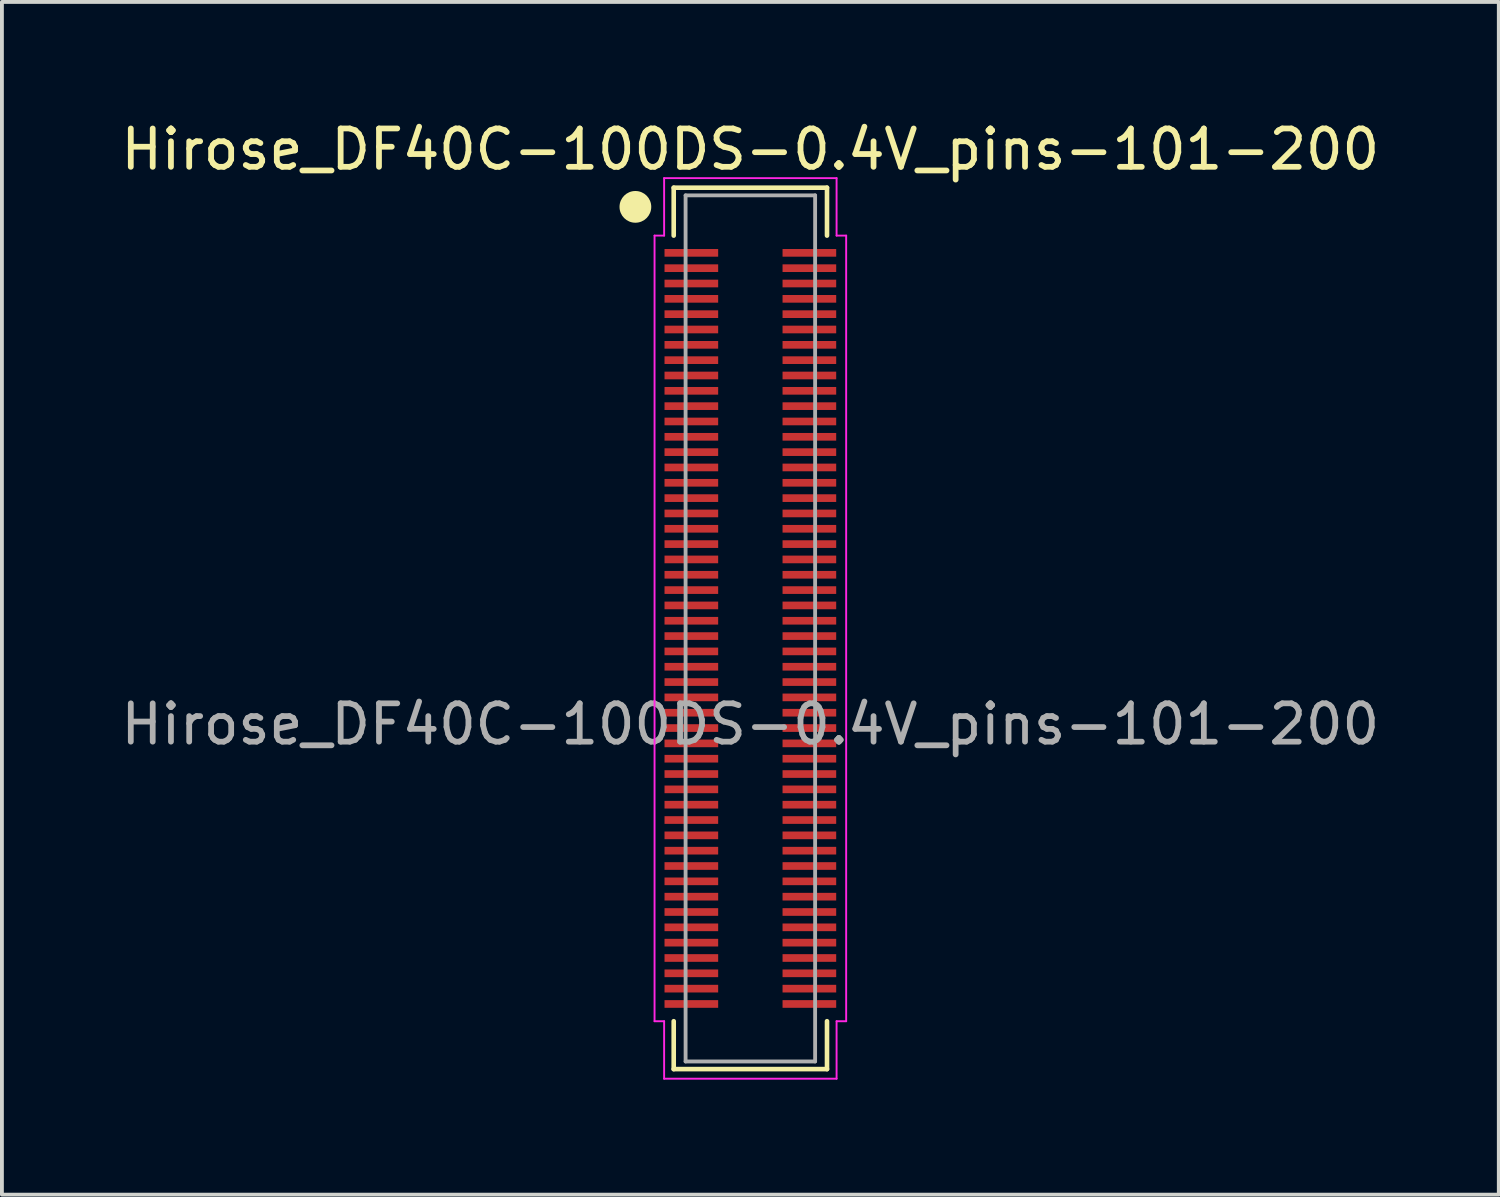
<source format=kicad_pcb>
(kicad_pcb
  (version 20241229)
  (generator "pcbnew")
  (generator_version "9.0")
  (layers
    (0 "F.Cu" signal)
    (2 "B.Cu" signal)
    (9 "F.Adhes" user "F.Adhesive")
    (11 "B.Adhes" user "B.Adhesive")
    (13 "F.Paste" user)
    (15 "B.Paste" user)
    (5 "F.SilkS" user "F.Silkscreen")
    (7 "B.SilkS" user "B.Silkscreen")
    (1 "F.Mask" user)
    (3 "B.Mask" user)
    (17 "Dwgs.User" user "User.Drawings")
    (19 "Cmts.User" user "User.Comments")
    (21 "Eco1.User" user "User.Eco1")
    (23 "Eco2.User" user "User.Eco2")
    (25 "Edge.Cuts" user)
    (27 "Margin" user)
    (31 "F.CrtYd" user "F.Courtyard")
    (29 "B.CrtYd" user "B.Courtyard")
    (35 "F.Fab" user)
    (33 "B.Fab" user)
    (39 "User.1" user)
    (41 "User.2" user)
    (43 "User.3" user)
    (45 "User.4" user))
  (footprint "Hirose_DF40C-100DS-0.4V_pins-101-200"
    (layer "F.Cu")
    (at 16.53 13.348)
    (property "Reference" "Hirose_DF40C-100DS-0.4V_pins-101-200" (at 0 -12.5 0) (unlocked yes) (layer "F.SilkS") (effects (font (size 1 1) (thickness 0.15))))
    (attr smd)
    (fp_line (start -2 -11.5) (end 2 -11.5) (stroke (width 0.12) (type default)) (layer "F.SilkS"))
    (fp_line (start -2 -10.25) (end -2 -11.5) (stroke (width 0.12) (type default)) (layer "F.SilkS"))
    (fp_line (start -2 10.25) (end -2 11.5) (stroke (width 0.12) (type default)) (layer "F.SilkS"))
    (fp_line (start -2 11.5) (end 2 11.5) (stroke (width 0.12) (type default)) (layer "F.SilkS"))
    (fp_line (start 2 -11.5) (end 2 -10.25) (stroke (width 0.12) (type default)) (layer "F.SilkS"))
    (fp_line (start 2 11.5) (end 2 10.25) (stroke (width 0.12) (type default)) (layer "F.SilkS"))
    (fp_circle (center -3 -11) (end -2.646 -11) (stroke (width 0.12) (type solid)) (fill yes) (layer "F.SilkS"))
    (fp_line (start -2.5 -10.25) (end -2.25 -10.25) (stroke (width 0.05) (type default)) (layer "F.CrtYd"))
    (fp_line (start -2.5 10.25) (end -2.5 -10.25) (stroke (width 0.05) (type default)) (layer "F.CrtYd"))
    (fp_line (start -2.25 -11.75) (end 2.25 -11.75) (stroke (width 0.05) (type default)) (layer "F.CrtYd"))
    (fp_line (start -2.25 -10.25) (end -2.25 -11.75) (stroke (width 0.05) (type default)) (layer "F.CrtYd"))
    (fp_line (start -2.25 10.25) (end -2.5 10.25) (stroke (width 0.05) (type default)) (layer "F.CrtYd"))
    (fp_line (start -2.25 11.75) (end -2.25 10.25) (stroke (width 0.05) (type default)) (layer "F.CrtYd"))
    (fp_line (start 2.25 -11.75) (end 2.25 -10.25) (stroke (width 0.05) (type default)) (layer "F.CrtYd"))
    (fp_line (start 2.25 -10.25) (end 2.5 -10.25) (stroke (width 0.05) (type default)) (layer "F.CrtYd"))
    (fp_line (start 2.25 10.25) (end 2.25 11.75) (stroke (width 0.05) (type default)) (layer "F.CrtYd"))
    (fp_line (start 2.25 11.75) (end -2.25 11.75) (stroke (width 0.05) (type default)) (layer "F.CrtYd"))
    (fp_line (start 2.5 -10.25) (end 2.5 10.25) (stroke (width 0.05) (type default)) (layer "F.CrtYd"))
    (fp_line (start 2.5 10.25) (end 2.25 10.25) (stroke (width 0.05) (type default)) (layer "F.CrtYd"))
    (fp_line (start -1.69 -11.3) (end -1.69 11.3) (stroke (width 0.1) (type default)) (layer "F.Fab"))
    (fp_line (start -1.69 -11.3) (end 1.69 -11.3) (stroke (width 0.1) (type default)) (layer "F.Fab"))
    (fp_line (start -1.69 11.3) (end 1.69 11.3) (stroke (width 0.1) (type default)) (layer "F.Fab"))
    (fp_line (start 1.69 11.3) (end 1.69 -11.3) (stroke (width 0.1) (type default)) (layer "F.Fab"))
    (fp_text user "${REFERENCE}" (at 0 2.5 0) (unlocked yes) (layer "F.Fab") (effects (font (size 1 1) (thickness 0.15))))
    (pad "101" smd rect (at -1.54 -9.8) (size 1.4 0.2) (layers "F.Cu" "F.Mask" "F.Paste"))
    (pad "102" smd rect (at 1.54 -9.8) (size 1.4 0.2) (layers "F.Cu" "F.Mask" "F.Paste"))
    (pad "103" smd rect (at -1.54 -9.4) (size 1.4 0.2) (layers "F.Cu" "F.Mask" "F.Paste"))
    (pad "104" smd rect (at 1.54 -9.4) (size 1.4 0.2) (layers "F.Cu" "F.Mask" "F.Paste"))
    (pad "105" smd rect (at -1.54 -9) (size 1.4 0.2) (layers "F.Cu" "F.Mask" "F.Paste"))
    (pad "106" smd rect (at 1.54 -9) (size 1.4 0.2) (layers "F.Cu" "F.Mask" "F.Paste"))
    (pad "107" smd rect (at -1.54 -8.6) (size 1.4 0.2) (layers "F.Cu" "F.Mask" "F.Paste"))
    (pad "108" smd rect (at 1.54 -8.6) (size 1.4 0.2) (layers "F.Cu" "F.Mask" "F.Paste"))
    (pad "109" smd rect (at -1.54 -8.2) (size 1.4 0.2) (layers "F.Cu" "F.Mask" "F.Paste"))
    (pad "110" smd rect (at 1.54 -8.2) (size 1.4 0.2) (layers "F.Cu" "F.Mask" "F.Paste"))
    (pad "111" smd rect (at -1.54 -7.8) (size 1.4 0.2) (layers "F.Cu" "F.Mask" "F.Paste"))
    (pad "112" smd rect (at 1.54 -7.8) (size 1.4 0.2) (layers "F.Cu" "F.Mask" "F.Paste"))
    (pad "113" smd rect (at -1.54 -7.4) (size 1.4 0.2) (layers "F.Cu" "F.Mask" "F.Paste"))
    (pad "114" smd rect (at 1.54 -7.4) (size 1.4 0.2) (layers "F.Cu" "F.Mask" "F.Paste"))
    (pad "115" smd rect (at -1.54 -7) (size 1.4 0.2) (layers "F.Cu" "F.Mask" "F.Paste"))
    (pad "116" smd rect (at 1.54 -7) (size 1.4 0.2) (layers "F.Cu" "F.Mask" "F.Paste"))
    (pad "117" smd rect (at -1.54 -6.6) (size 1.4 0.2) (layers "F.Cu" "F.Mask" "F.Paste"))
    (pad "118" smd rect (at 1.54 -6.6) (size 1.4 0.2) (layers "F.Cu" "F.Mask" "F.Paste"))
    (pad "119" smd rect (at -1.54 -6.2) (size 1.4 0.2) (layers "F.Cu" "F.Mask" "F.Paste"))
    (pad "120" smd rect (at 1.54 -6.2) (size 1.4 0.2) (layers "F.Cu" "F.Mask" "F.Paste"))
    (pad "121" smd rect (at -1.54 -5.8) (size 1.4 0.2) (layers "F.Cu" "F.Mask" "F.Paste"))
    (pad "122" smd rect (at 1.54 -5.8) (size 1.4 0.2) (layers "F.Cu" "F.Mask" "F.Paste"))
    (pad "123" smd rect (at -1.54 -5.4) (size 1.4 0.2) (layers "F.Cu" "F.Mask" "F.Paste"))
    (pad "124" smd rect (at 1.54 -5.4) (size 1.4 0.2) (layers "F.Cu" "F.Mask" "F.Paste"))
    (pad "125" smd rect (at -1.54 -5) (size 1.4 0.2) (layers "F.Cu" "F.Mask" "F.Paste"))
    (pad "126" smd rect (at 1.54 -5) (size 1.4 0.2) (layers "F.Cu" "F.Mask" "F.Paste"))
    (pad "127" smd rect (at -1.54 -4.6) (size 1.4 0.2) (layers "F.Cu" "F.Mask" "F.Paste"))
    (pad "128" smd rect (at 1.54 -4.6) (size 1.4 0.2) (layers "F.Cu" "F.Mask" "F.Paste"))
    (pad "129" smd rect (at -1.54 -4.2) (size 1.4 0.2) (layers "F.Cu" "F.Mask" "F.Paste"))
    (pad "130" smd rect (at 1.54 -4.2) (size 1.4 0.2) (layers "F.Cu" "F.Mask" "F.Paste"))
    (pad "131" smd rect (at -1.54 -3.8) (size 1.4 0.2) (layers "F.Cu" "F.Mask" "F.Paste"))
    (pad "132" smd rect (at 1.54 -3.8) (size 1.4 0.2) (layers "F.Cu" "F.Mask" "F.Paste"))
    (pad "133" smd rect (at -1.54 -3.4) (size 1.4 0.2) (layers "F.Cu" "F.Mask" "F.Paste"))
    (pad "134" smd rect (at 1.54 -3.4) (size 1.4 0.2) (layers "F.Cu" "F.Mask" "F.Paste"))
    (pad "135" smd rect (at -1.54 -3) (size 1.4 0.2) (layers "F.Cu" "F.Mask" "F.Paste"))
    (pad "136" smd rect (at 1.54 -3) (size 1.4 0.2) (layers "F.Cu" "F.Mask" "F.Paste"))
    (pad "137" smd rect (at -1.54 -2.6) (size 1.4 0.2) (layers "F.Cu" "F.Mask" "F.Paste"))
    (pad "138" smd rect (at 1.54 -2.6) (size 1.4 0.2) (layers "F.Cu" "F.Mask" "F.Paste"))
    (pad "139" smd rect (at -1.54 -2.2) (size 1.4 0.2) (layers "F.Cu" "F.Mask" "F.Paste"))
    (pad "140" smd rect (at 1.54 -2.2) (size 1.4 0.2) (layers "F.Cu" "F.Mask" "F.Paste"))
    (pad "141" smd rect (at -1.54 -1.8) (size 1.4 0.2) (layers "F.Cu" "F.Mask" "F.Paste"))
    (pad "142" smd rect (at 1.54 -1.8) (size 1.4 0.2) (layers "F.Cu" "F.Mask" "F.Paste"))
    (pad "143" smd rect (at -1.54 -1.4) (size 1.4 0.2) (layers "F.Cu" "F.Mask" "F.Paste"))
    (pad "144" smd rect (at 1.54 -1.4) (size 1.4 0.2) (layers "F.Cu" "F.Mask" "F.Paste"))
    (pad "145" smd rect (at -1.54 -1) (size 1.4 0.2) (layers "F.Cu" "F.Mask" "F.Paste"))
    (pad "146" smd rect (at 1.54 -1) (size 1.4 0.2) (layers "F.Cu" "F.Mask" "F.Paste"))
    (pad "147" smd rect (at -1.54 -0.6) (size 1.4 0.2) (layers "F.Cu" "F.Mask" "F.Paste"))
    (pad "148" smd rect (at 1.54 -0.6) (size 1.4 0.2) (layers "F.Cu" "F.Mask" "F.Paste"))
    (pad "149" smd rect (at -1.54 -0.2) (size 1.4 0.2) (layers "F.Cu" "F.Mask" "F.Paste"))
    (pad "150" smd rect (at 1.54 -0.2) (size 1.4 0.2) (layers "F.Cu" "F.Mask" "F.Paste"))
    (pad "151" smd rect (at -1.54 0.2) (size 1.4 0.2) (layers "F.Cu" "F.Mask" "F.Paste"))
    (pad "152" smd rect (at 1.54 0.2) (size 1.4 0.2) (layers "F.Cu" "F.Mask" "F.Paste"))
    (pad "153" smd rect (at -1.54 0.6) (size 1.4 0.2) (layers "F.Cu" "F.Mask" "F.Paste"))
    (pad "154" smd rect (at 1.54 0.6) (size 1.4 0.2) (layers "F.Cu" "F.Mask" "F.Paste"))
    (pad "155" smd rect (at -1.54 1) (size 1.4 0.2) (layers "F.Cu" "F.Mask" "F.Paste"))
    (pad "156" smd rect (at 1.54 1) (size 1.4 0.2) (layers "F.Cu" "F.Mask" "F.Paste"))
    (pad "157" smd rect (at -1.54 1.4) (size 1.4 0.2) (layers "F.Cu" "F.Mask" "F.Paste"))
    (pad "158" smd rect (at 1.54 1.4) (size 1.4 0.2) (layers "F.Cu" "F.Mask" "F.Paste"))
    (pad "159" smd rect (at -1.54 1.8) (size 1.4 0.2) (layers "F.Cu" "F.Mask" "F.Paste"))
    (pad "160" smd rect (at 1.54 1.8) (size 1.4 0.2) (layers "F.Cu" "F.Mask" "F.Paste"))
    (pad "161" smd rect (at -1.54 2.2) (size 1.4 0.2) (layers "F.Cu" "F.Mask" "F.Paste"))
    (pad "162" smd rect (at 1.54 2.2) (size 1.4 0.2) (layers "F.Cu" "F.Mask" "F.Paste"))
    (pad "163" smd rect (at -1.54 2.6) (size 1.4 0.2) (layers "F.Cu" "F.Mask" "F.Paste"))
    (pad "164" smd rect (at 1.54 2.6) (size 1.4 0.2) (layers "F.Cu" "F.Mask" "F.Paste"))
    (pad "165" smd rect (at -1.54 3) (size 1.4 0.2) (layers "F.Cu" "F.Mask" "F.Paste"))
    (pad "166" smd rect (at 1.54 3) (size 1.4 0.2) (layers "F.Cu" "F.Mask" "F.Paste"))
    (pad "167" smd rect (at -1.54 3.4) (size 1.4 0.2) (layers "F.Cu" "F.Mask" "F.Paste"))
    (pad "168" smd rect (at 1.54 3.4) (size 1.4 0.2) (layers "F.Cu" "F.Mask" "F.Paste"))
    (pad "169" smd rect (at -1.54 3.8) (size 1.4 0.2) (layers "F.Cu" "F.Mask" "F.Paste"))
    (pad "170" smd rect (at 1.54 3.8) (size 1.4 0.2) (layers "F.Cu" "F.Mask" "F.Paste"))
    (pad "171" smd rect (at -1.54 4.2) (size 1.4 0.2) (layers "F.Cu" "F.Mask" "F.Paste"))
    (pad "172" smd rect (at 1.54 4.2) (size 1.4 0.2) (layers "F.Cu" "F.Mask" "F.Paste"))
    (pad "173" smd rect (at -1.54 4.6) (size 1.4 0.2) (layers "F.Cu" "F.Mask" "F.Paste"))
    (pad "174" smd rect (at 1.54 4.6) (size 1.4 0.2) (layers "F.Cu" "F.Mask" "F.Paste"))
    (pad "175" smd rect (at -1.54 5) (size 1.4 0.2) (layers "F.Cu" "F.Mask" "F.Paste"))
    (pad "176" smd rect (at 1.54 5) (size 1.4 0.2) (layers "F.Cu" "F.Mask" "F.Paste"))
    (pad "177" smd rect (at -1.54 5.4) (size 1.4 0.2) (layers "F.Cu" "F.Mask" "F.Paste"))
    (pad "178" smd rect (at 1.54 5.4) (size 1.4 0.2) (layers "F.Cu" "F.Mask" "F.Paste"))
    (pad "179" smd rect (at -1.54 5.8) (size 1.4 0.2) (layers "F.Cu" "F.Mask" "F.Paste"))
    (pad "180" smd rect (at 1.54 5.8) (size 1.4 0.2) (layers "F.Cu" "F.Mask" "F.Paste"))
    (pad "181" smd rect (at -1.54 6.2) (size 1.4 0.2) (layers "F.Cu" "F.Mask" "F.Paste"))
    (pad "182" smd rect (at 1.54 6.2) (size 1.4 0.2) (layers "F.Cu" "F.Mask" "F.Paste"))
    (pad "183" smd rect (at -1.54 6.6) (size 1.4 0.2) (layers "F.Cu" "F.Mask" "F.Paste"))
    (pad "184" smd rect (at 1.54 6.6) (size 1.4 0.2) (layers "F.Cu" "F.Mask" "F.Paste"))
    (pad "185" smd rect (at -1.54 7) (size 1.4 0.2) (layers "F.Cu" "F.Mask" "F.Paste"))
    (pad "186" smd rect (at 1.54 7) (size 1.4 0.2) (layers "F.Cu" "F.Mask" "F.Paste"))
    (pad "187" smd rect (at -1.54 7.4) (size 1.4 0.2) (layers "F.Cu" "F.Mask" "F.Paste"))
    (pad "188" smd rect (at 1.54 7.4) (size 1.4 0.2) (layers "F.Cu" "F.Mask" "F.Paste"))
    (pad "189" smd rect (at -1.54 7.8) (size 1.4 0.2) (layers "F.Cu" "F.Mask" "F.Paste"))
    (pad "190" smd rect (at 1.54 7.8) (size 1.4 0.2) (layers "F.Cu" "F.Mask" "F.Paste"))
    (pad "191" smd rect (at -1.54 8.2) (size 1.4 0.2) (layers "F.Cu" "F.Mask" "F.Paste"))
    (pad "192" smd rect (at 1.54 8.2) (size 1.4 0.2) (layers "F.Cu" "F.Mask" "F.Paste"))
    (pad "193" smd rect (at -1.54 8.6) (size 1.4 0.2) (layers "F.Cu" "F.Mask" "F.Paste"))
    (pad "194" smd rect (at 1.54 8.6) (size 1.4 0.2) (layers "F.Cu" "F.Mask" "F.Paste"))
    (pad "195" smd rect (at -1.54 9) (size 1.4 0.2) (layers "F.Cu" "F.Mask" "F.Paste"))
    (pad "196" smd rect (at 1.54 9) (size 1.4 0.2) (layers "F.Cu" "F.Mask" "F.Paste"))
    (pad "197" smd rect (at -1.54 9.4) (size 1.4 0.2) (layers "F.Cu" "F.Mask" "F.Paste"))
    (pad "198" smd rect (at 1.54 9.4) (size 1.4 0.2) (layers "F.Cu" "F.Mask" "F.Paste"))
    (pad "199" smd rect (at -1.54 9.8) (size 1.4 0.2) (layers "F.Cu" "F.Mask" "F.Paste"))
    (pad "200" smd rect (at 1.54 9.8) (size 1.4 0.2) (layers "F.Cu" "F.Mask" "F.Paste")))
  (gr_rect
    (start -3 -3)
    (end 36.06 28.123)
    (stroke (width 0.1) (type default))
    (fill no)
    (layer "Edge.Cuts")))
</source>
